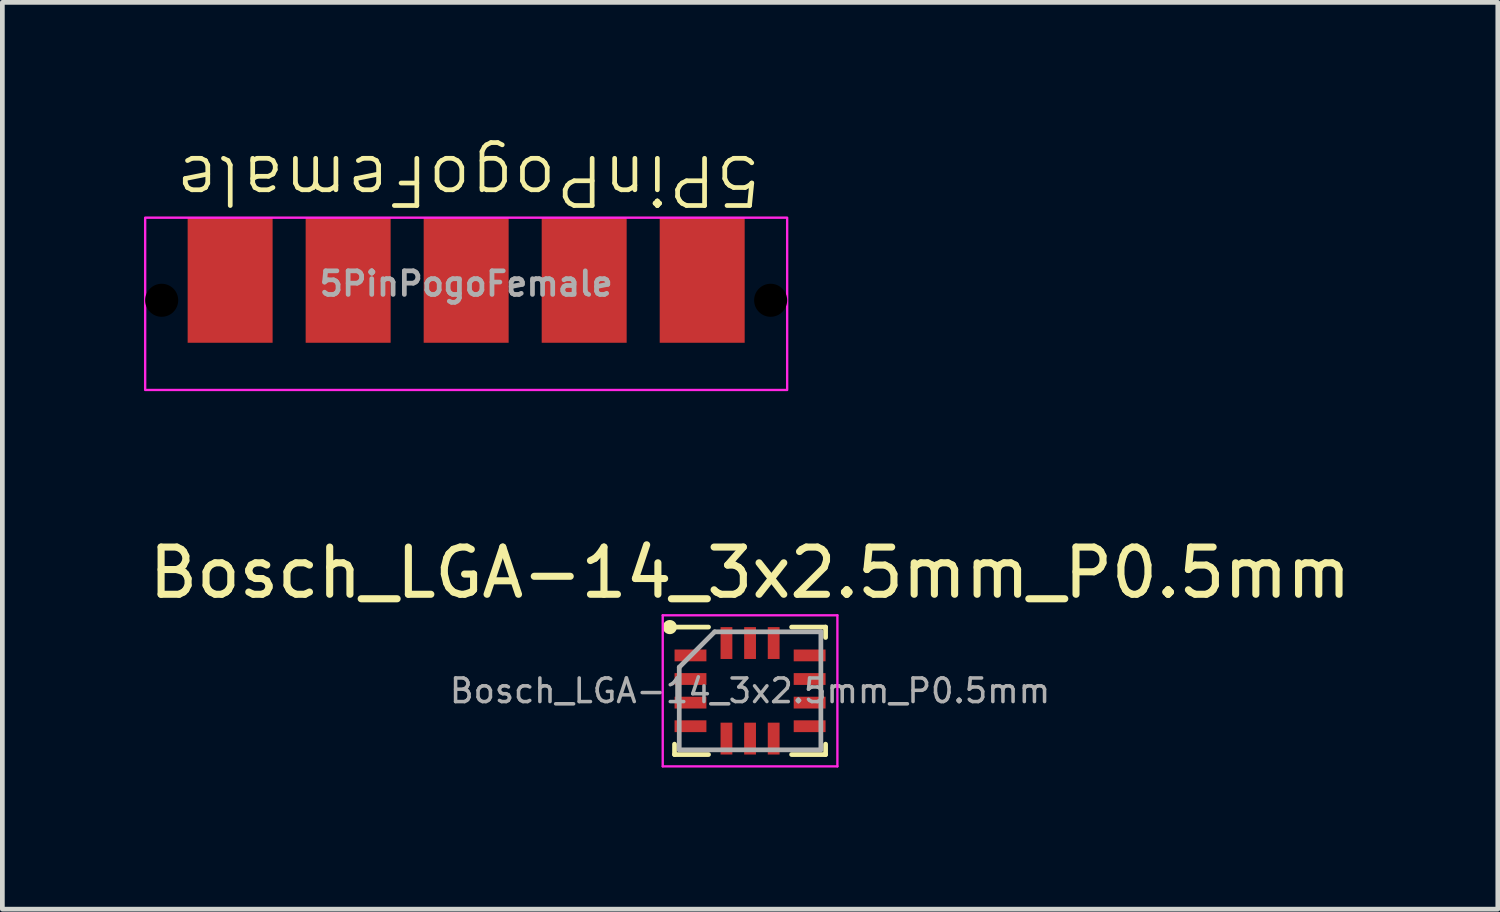
<source format=kicad_pcb>
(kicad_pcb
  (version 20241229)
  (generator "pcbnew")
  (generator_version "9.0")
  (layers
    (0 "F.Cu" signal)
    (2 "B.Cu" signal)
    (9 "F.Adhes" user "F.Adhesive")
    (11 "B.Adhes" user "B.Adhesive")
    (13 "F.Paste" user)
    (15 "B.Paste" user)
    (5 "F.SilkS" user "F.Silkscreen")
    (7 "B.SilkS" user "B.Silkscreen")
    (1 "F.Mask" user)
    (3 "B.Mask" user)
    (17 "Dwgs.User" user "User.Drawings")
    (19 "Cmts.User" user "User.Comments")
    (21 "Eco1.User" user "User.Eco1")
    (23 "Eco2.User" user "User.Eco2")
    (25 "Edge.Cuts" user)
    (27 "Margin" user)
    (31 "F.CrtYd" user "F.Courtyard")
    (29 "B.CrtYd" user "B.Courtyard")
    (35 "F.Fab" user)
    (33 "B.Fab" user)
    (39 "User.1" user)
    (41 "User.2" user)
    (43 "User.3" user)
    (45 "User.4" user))
  (footprint "Bosch_LGA-14_3x2.5mm_P0.5mm"
    (layer "F.Cu")
    (at 12.839 11.584)
    (property "Reference" "Bosch_LGA-14_3x2.5mm_P0.5mm" (at 0 -2.5 0) (layer "F.SilkS") (effects (font (size 1 1) (thickness 0.15))))
    (attr smd)
    (fp_line (start -1.7 -1.35) (end -0.88 -1.35) (stroke (width 0.1) (type solid)) (layer "F.SilkS"))
    (fp_line (start -1.6 1.35) (end -1.6 1.13) (stroke (width 0.1) (type solid)) (layer "F.SilkS"))
    (fp_line (start -1.6 1.35) (end -0.88 1.35) (stroke (width 0.1) (type solid)) (layer "F.SilkS"))
    (fp_line (start 0.88 -1.35) (end 1.6 -1.35) (stroke (width 0.1) (type solid)) (layer "F.SilkS"))
    (fp_line (start 1.6 -1.35) (end 1.6 -1.13) (stroke (width 0.1) (type solid)) (layer "F.SilkS"))
    (fp_line (start 1.6 1.13) (end 1.6 1.35) (stroke (width 0.1) (type solid)) (layer "F.SilkS"))
    (fp_line (start 1.6 1.35) (end 0.88 1.35) (stroke (width 0.1) (type solid)) (layer "F.SilkS"))
    (fp_circle (center -1.7 -1.35) (end -1.6 -1.35) (stroke (width 0.1) (type solid)) (fill yes) (layer "F.SilkS"))
    (fp_line (start -1.85 -1.6) (end 1.85 -1.6) (stroke (width 0.05) (type solid)) (layer "F.CrtYd"))
    (fp_line (start -1.85 1.6) (end -1.85 -1.6) (stroke (width 0.05) (type solid)) (layer "F.CrtYd"))
    (fp_line (start 1.85 -1.6) (end 1.85 1.6) (stroke (width 0.05) (type solid)) (layer "F.CrtYd"))
    (fp_line (start 1.85 1.6) (end -1.85 1.6) (stroke (width 0.05) (type solid)) (layer "F.CrtYd"))
    (fp_line (start -1.5 1.25) (end -1.5 -0.5) (stroke (width 0.1) (type solid)) (layer "F.Fab"))
    (fp_line (start -0.75 -1.25) (end -1.5 -0.5) (stroke (width 0.1) (type solid)) (layer "F.Fab"))
    (fp_line (start -0.75 -1.25) (end 1.5 -1.25) (stroke (width 0.1) (type solid)) (layer "F.Fab"))
    (fp_line (start 1.5 -1.25) (end 1.5 1.25) (stroke (width 0.1) (type solid)) (layer "F.Fab"))
    (fp_line (start 1.5 1.25) (end -1.5 1.25) (stroke (width 0.1) (type solid)) (layer "F.Fab"))
    (fp_text user "${REFERENCE}" (at 0 0 0) (layer "F.Fab") (effects (font (size 0.5 0.5) (thickness 0.075))))
    (pad "1" smd rect (at -1.262 -0.75) (size 0.675 0.25) (layers "F.Cu" "F.Mask" "F.Paste"))
    (pad "2" smd rect (at -1.262 -0.25) (size 0.675 0.25) (layers "F.Cu" "F.Mask" "F.Paste"))
    (pad "3" smd rect (at -1.262 0.25) (size 0.675 0.25) (layers "F.Cu" "F.Mask" "F.Paste"))
    (pad "4" smd rect (at -1.262 0.75) (size 0.675 0.25) (layers "F.Cu" "F.Mask" "F.Paste"))
    (pad "5" smd rect (at -0.5 1.012) (size 0.25 0.675) (layers "F.Cu" "F.Mask" "F.Paste"))
    (pad "6" smd rect (at 0 1.012) (size 0.25 0.675) (layers "F.Cu" "F.Mask" "F.Paste"))
    (pad "7" smd rect (at 0.5 1.012) (size 0.25 0.675) (layers "F.Cu" "F.Mask" "F.Paste"))
    (pad "8" smd rect (at 1.262 0.75) (size 0.675 0.25) (layers "F.Cu" "F.Mask" "F.Paste"))
    (pad "9" smd rect (at 1.262 0.25) (size 0.675 0.25) (layers "F.Cu" "F.Mask" "F.Paste"))
    (pad "10" smd rect (at 1.262 -0.25) (size 0.675 0.25) (layers "F.Cu" "F.Mask" "F.Paste"))
    (pad "11" smd rect (at 1.262 -0.75) (size 0.675 0.25) (layers "F.Cu" "F.Mask" "F.Paste"))
    (pad "12" smd rect (at 0.5 -1.012) (size 0.25 0.675) (layers "F.Cu" "F.Mask" "F.Paste"))
    (pad "13" smd rect (at 0 -1.012) (size 0.25 0.675) (layers "F.Cu" "F.Mask" "F.Paste"))
    (pad "14" smd rect (at -0.5 -1.012) (size 0.25 0.675) (layers "F.Cu" "F.Mask" "F.Paste")))
  (footprint "5PinPogoFemale"
    (layer "F.Cu")
    (at 6.825 2.961)
    (property "Reference" "5PinPogoFemale" (at 0.05 -2.2 180) (unlocked yes) (layer "F.SilkS") (effects (font (size 1 1) (thickness 0.1))))
    (attr smd exclude_from_bom)
    (fp_rect (start -6.8 -1.4) (end 6.8 2.25) (stroke (width 0.05) (type default)) (fill no) (layer "F.CrtYd"))
    (fp_text user "${REFERENCE}" (at 0 0 0) (unlocked yes) (layer "F.Fab") (effects (font (size 0.5 0.5) (thickness 0.1) (bold yes))))
    (pad "" np_thru_hole circle (at -6.45 0.35 180) (size 0.7 0.7) (drill 0.7) (layers "*.Mask"))
    (pad "" np_thru_hole circle (at 6.45 0.35 180) (size 0.7 0.7) (drill 0.7) (layers "*.Mask"))
    (pad "1" smd rect (at -5 -0.075 180) (size 1.8 2.65) (layers "F.Cu" "F.Mask" "F.Paste"))
    (pad "2" smd rect (at -2.5 -0.075 180) (size 1.8 2.65) (layers "F.Cu" "F.Mask" "F.Paste"))
    (pad "3" smd rect (at 0 -0.075 180) (size 1.8 2.65) (layers "F.Cu" "F.Mask" "F.Paste"))
    (pad "4" smd rect (at 2.5 -0.075 180) (size 1.8 2.65) (layers "F.Cu" "F.Mask" "F.Paste"))
    (pad "5" smd rect (at 5 -0.075 180) (size 1.8 2.65) (layers "F.Cu" "F.Mask" "F.Paste")))
  (gr_rect
    (start -3 -3)
    (end 28.679 16.209)
    (stroke (width 0.1) (type default))
    (fill no)
    (layer "Edge.Cuts")))
</source>
